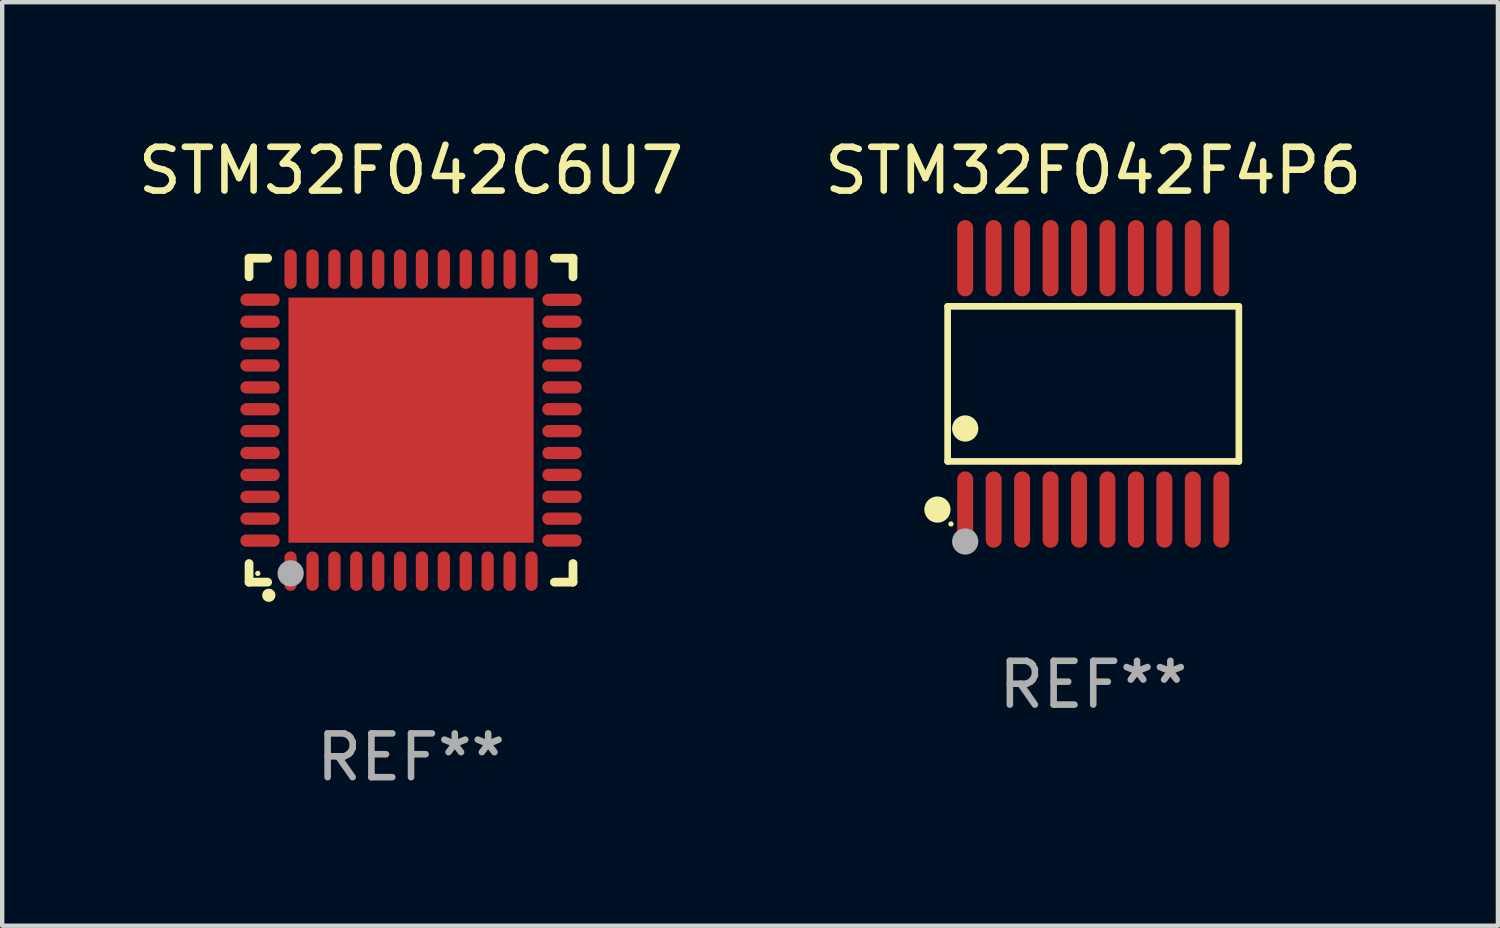
<source format=kicad_pcb>
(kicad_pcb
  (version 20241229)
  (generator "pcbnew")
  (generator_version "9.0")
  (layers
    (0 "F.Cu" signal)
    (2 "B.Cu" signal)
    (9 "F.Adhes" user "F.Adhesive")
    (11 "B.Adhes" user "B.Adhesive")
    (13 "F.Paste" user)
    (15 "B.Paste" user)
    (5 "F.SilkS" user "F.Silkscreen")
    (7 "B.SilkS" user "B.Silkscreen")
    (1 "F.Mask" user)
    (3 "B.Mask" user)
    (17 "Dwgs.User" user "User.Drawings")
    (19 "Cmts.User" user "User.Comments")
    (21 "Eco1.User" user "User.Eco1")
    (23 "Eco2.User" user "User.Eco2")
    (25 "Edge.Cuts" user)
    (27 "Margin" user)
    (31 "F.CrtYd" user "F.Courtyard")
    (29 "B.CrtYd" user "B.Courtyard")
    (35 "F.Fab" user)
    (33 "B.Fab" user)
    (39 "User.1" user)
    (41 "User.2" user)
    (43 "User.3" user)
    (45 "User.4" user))
  (footprint "STM32F042C6U7"
    (layer "F.Cu")
    (at 6.339 6.548)
    (property "Reference" "STM32F042C6U7" (at 0 -5.7 0) (layer "F.SilkS") (effects (font (size 1 1) (thickness 0.15))))
    (attr through_hole)
    (fp_line (start -3.7 -3.7) (end -3.275 -3.7) (stroke (width 0.2) (type solid)) (layer "F.SilkS"))
    (fp_line (start -3.7 -3.275) (end -3.7 -3.7) (stroke (width 0.2) (type solid)) (layer "F.SilkS"))
    (fp_line (start -3.7 3.7) (end -3.7 3.275) (stroke (width 0.2) (type solid)) (layer "F.SilkS"))
    (fp_line (start -3.275 3.7) (end -3.7 3.7) (stroke (width 0.2) (type solid)) (layer "F.SilkS"))
    (fp_line (start 3.7 -3.7) (end 3.275 -3.7) (stroke (width 0.2) (type solid)) (layer "F.SilkS"))
    (fp_line (start 3.7 -3.275) (end 3.7 -3.7) (stroke (width 0.2) (type solid)) (layer "F.SilkS"))
    (fp_line (start 3.7 3.275) (end 3.7 3.7) (stroke (width 0.2) (type solid)) (layer "F.SilkS"))
    (fp_line (start 3.7 3.7) (end 3.275 3.7) (stroke (width 0.2) (type solid)) (layer "F.SilkS"))
    (fp_arc (start -3.249936 3.999975) (mid -3.248666 3.99997) (end -3.247396 3.999975) (stroke (width 0.3) (type solid)) (layer "F.SilkS"))
    (fp_circle (center -3.5 3.5) (end -3.47 3.5) (stroke (width 0.06) (type solid)) (fill no) (layer "F.SilkS"))
    (fp_circle (center -2.75 3.5) (end -2.6 3.5) (stroke (width 0.3) (type solid)) (fill no) (layer "F.Fab"))
    (fp_text user "REF**" (at 0 7.7 0) (layer "F.Fab") (effects (font (size 1 1) (thickness 0.15))))
    (pad "1" smd oval (at -2.751 3.449) (size 0.28 0.9) (layers "F.Cu" "F.Mask" "F.Paste"))
    (pad "2" smd oval (at -2.25 3.449) (size 0.28 0.9) (layers "F.Cu" "F.Mask" "F.Paste"))
    (pad "3" smd oval (at -1.75 3.449) (size 0.28 0.9) (layers "F.Cu" "F.Mask" "F.Paste"))
    (pad "4" smd oval (at -1.25 3.449) (size 0.28 0.9) (layers "F.Cu" "F.Mask" "F.Paste"))
    (pad "5" smd oval (at -0.749 3.449) (size 0.28 0.9) (layers "F.Cu" "F.Mask" "F.Paste"))
    (pad "6" smd oval (at -0.249 3.449) (size 0.28 0.9) (layers "F.Cu" "F.Mask" "F.Paste"))
    (pad "7" smd oval (at 0.249 3.449) (size 0.28 0.9) (layers "F.Cu" "F.Mask" "F.Paste"))
    (pad "8" smd oval (at 0.749 3.449) (size 0.28 0.9) (layers "F.Cu" "F.Mask" "F.Paste"))
    (pad "9" smd oval (at 1.25 3.449) (size 0.28 0.9) (layers "F.Cu" "F.Mask" "F.Paste"))
    (pad "10" smd oval (at 1.75 3.449) (size 0.28 0.9) (layers "F.Cu" "F.Mask" "F.Paste"))
    (pad "11" smd oval (at 2.251 3.449) (size 0.28 0.9) (layers "F.Cu" "F.Mask" "F.Paste"))
    (pad "12" smd oval (at 2.751 3.449) (size 0.28 0.9) (layers "F.Cu" "F.Mask" "F.Paste"))
    (pad "13" smd oval (at 3.449 2.75) (size 0.9 0.28) (layers "F.Cu" "F.Mask" "F.Paste"))
    (pad "14" smd oval (at 3.449 2.25) (size 0.9 0.28) (layers "F.Cu" "F.Mask" "F.Paste"))
    (pad "15" smd oval (at 3.449 1.75) (size 0.9 0.28) (layers "F.Cu" "F.Mask" "F.Paste"))
    (pad "16" smd oval (at 3.449 1.25) (size 0.9 0.28) (layers "F.Cu" "F.Mask" "F.Paste"))
    (pad "17" smd oval (at 3.449 0.75) (size 0.9 0.28) (layers "F.Cu" "F.Mask" "F.Paste"))
    (pad "18" smd oval (at 3.449 0.25) (size 0.9 0.28) (layers "F.Cu" "F.Mask" "F.Paste"))
    (pad "19" smd oval (at 3.449 -0.25) (size 0.9 0.28) (layers "F.Cu" "F.Mask" "F.Paste"))
    (pad "20" smd oval (at 3.449 -0.75) (size 0.9 0.28) (layers "F.Cu" "F.Mask" "F.Paste"))
    (pad "21" smd oval (at 3.449 -1.25) (size 0.9 0.28) (layers "F.Cu" "F.Mask" "F.Paste"))
    (pad "22" smd oval (at 3.449 -1.75) (size 0.9 0.28) (layers "F.Cu" "F.Mask" "F.Paste"))
    (pad "23" smd oval (at 3.449 -2.25) (size 0.9 0.28) (layers "F.Cu" "F.Mask" "F.Paste"))
    (pad "24" smd oval (at 3.449 -2.75) (size 0.9 0.28) (layers "F.Cu" "F.Mask" "F.Paste"))
    (pad "25" smd oval (at 2.751 -3.449) (size 0.28 0.9) (layers "F.Cu" "F.Mask" "F.Paste"))
    (pad "26" smd oval (at 2.251 -3.449) (size 0.28 0.9) (layers "F.Cu" "F.Mask" "F.Paste"))
    (pad "27" smd oval (at 1.75 -3.449) (size 0.28 0.9) (layers "F.Cu" "F.Mask" "F.Paste"))
    (pad "28" smd oval (at 1.25 -3.449) (size 0.28 0.9) (layers "F.Cu" "F.Mask" "F.Paste"))
    (pad "29" smd oval (at 0.749 -3.449) (size 0.28 0.9) (layers "F.Cu" "F.Mask" "F.Paste"))
    (pad "30" smd oval (at 0.249 -3.449) (size 0.28 0.9) (layers "F.Cu" "F.Mask" "F.Paste"))
    (pad "31" smd oval (at -0.249 -3.449) (size 0.28 0.9) (layers "F.Cu" "F.Mask" "F.Paste"))
    (pad "32" smd oval (at -0.749 -3.449) (size 0.28 0.9) (layers "F.Cu" "F.Mask" "F.Paste"))
    (pad "33" smd oval (at -1.25 -3.449) (size 0.28 0.9) (layers "F.Cu" "F.Mask" "F.Paste"))
    (pad "34" smd oval (at -1.75 -3.449) (size 0.28 0.9) (layers "F.Cu" "F.Mask" "F.Paste"))
    (pad "35" smd oval (at -2.25 -3.449) (size 0.28 0.9) (layers "F.Cu" "F.Mask" "F.Paste"))
    (pad "36" smd oval (at -2.751 -3.449) (size 0.28 0.9) (layers "F.Cu" "F.Mask" "F.Paste"))
    (pad "37" smd oval (at -3.449 -2.751) (size 0.9 0.28) (layers "F.Cu" "F.Mask" "F.Paste"))
    (pad "38" smd oval (at -3.449 -2.25) (size 0.9 0.28) (layers "F.Cu" "F.Mask" "F.Paste"))
    (pad "39" smd oval (at -3.449 -1.75) (size 0.9 0.28) (layers "F.Cu" "F.Mask" "F.Paste"))
    (pad "40" smd oval (at -3.449 -1.25) (size 0.9 0.28) (layers "F.Cu" "F.Mask" "F.Paste"))
    (pad "41" smd oval (at -3.449 -0.749) (size 0.9 0.28) (layers "F.Cu" "F.Mask" "F.Paste"))
    (pad "42" smd oval (at -3.449 -0.249) (size 0.9 0.28) (layers "F.Cu" "F.Mask" "F.Paste"))
    (pad "43" smd oval (at -3.449 0.249) (size 0.9 0.28) (layers "F.Cu" "F.Mask" "F.Paste"))
    (pad "44" smd oval (at -3.449 0.749) (size 0.9 0.28) (layers "F.Cu" "F.Mask" "F.Paste"))
    (pad "45" smd oval (at -3.449 1.25) (size 0.9 0.28) (layers "F.Cu" "F.Mask" "F.Paste"))
    (pad "46" smd oval (at -3.449 1.75) (size 0.9 0.28) (layers "F.Cu" "F.Mask" "F.Paste"))
    (pad "47" smd oval (at -3.449 2.25) (size 0.9 0.28) (layers "F.Cu" "F.Mask" "F.Paste"))
    (pad "48" smd oval (at -3.449 2.751) (size 0.9 0.28) (layers "F.Cu" "F.Mask" "F.Paste"))
    (pad "49" smd rect (at 0.000076 -0.000025) (size 5.6 5.6) (layers "F.Cu" "F.Mask" "F.Paste")))
  (footprint "STM32F042F4P6"
    (layer "F.Cu")
    (at 21.923 5.719)
    (property "Reference" "STM32F042F4P6" (at 0 -4.871 0) (layer "F.SilkS") (effects (font (size 1 1) (thickness 0.15))))
    (attr through_hole)
    (fp_line (start -3.326 -1.771) (end 3.326 -1.771) (stroke (width 0.152) (type solid)) (layer "F.SilkS"))
    (fp_line (start -3.326 1.771) (end -3.326 -1.771) (stroke (width 0.152) (type solid)) (layer "F.SilkS"))
    (fp_line (start 3.326 -1.771) (end 3.326 1.771) (stroke (width 0.152) (type solid)) (layer "F.SilkS"))
    (fp_line (start 3.326 1.771) (end -3.326 1.771) (stroke (width 0.152) (type solid)) (layer "F.SilkS"))
    (fp_circle (center -3.559 2.871) (end -3.409 2.871) (stroke (width 0.3) (type solid)) (fill no) (layer "F.SilkS"))
    (fp_circle (center -3.25 3.2) (end -3.22 3.2) (stroke (width 0.06) (type solid)) (fill no) (layer "F.SilkS"))
    (fp_circle (center -2.925 1.019) (end -2.775 1.019) (stroke (width 0.3) (type solid)) (fill no) (layer "F.SilkS"))
    (fp_circle (center -2.925 3.6) (end -2.775 3.6) (stroke (width 0.3) (type solid)) (fill no) (layer "F.Fab"))
    (fp_text user "REF**" (at 0 6.871 0) (layer "F.Fab") (effects (font (size 1 1) (thickness 0.15))))
    (pad "1" smd oval (at -2.925 2.871) (size 0.364 1.742) (layers "F.Cu" "F.Mask" "F.Paste"))
    (pad "2" smd oval (at -2.275 2.871) (size 0.364 1.742) (layers "F.Cu" "F.Mask" "F.Paste"))
    (pad "3" smd oval (at -1.625 2.871) (size 0.364 1.742) (layers "F.Cu" "F.Mask" "F.Paste"))
    (pad "4" smd oval (at -0.975 2.871) (size 0.364 1.742) (layers "F.Cu" "F.Mask" "F.Paste"))
    (pad "5" smd oval (at -0.325 2.871) (size 0.364 1.742) (layers "F.Cu" "F.Mask" "F.Paste"))
    (pad "6" smd oval (at 0.325 2.871) (size 0.364 1.742) (layers "F.Cu" "F.Mask" "F.Paste"))
    (pad "7" smd oval (at 0.975 2.871) (size 0.364 1.742) (layers "F.Cu" "F.Mask" "F.Paste"))
    (pad "8" smd oval (at 1.625 2.871) (size 0.364 1.742) (layers "F.Cu" "F.Mask" "F.Paste"))
    (pad "9" smd oval (at 2.275 2.871) (size 0.364 1.742) (layers "F.Cu" "F.Mask" "F.Paste"))
    (pad "10" smd oval (at 2.925 2.871) (size 0.364 1.742) (layers "F.Cu" "F.Mask" "F.Paste"))
    (pad "11" smd oval (at 2.925 -2.871) (size 0.364 1.742) (layers "F.Cu" "F.Mask" "F.Paste"))
    (pad "12" smd oval (at 2.275 -2.871) (size 0.364 1.742) (layers "F.Cu" "F.Mask" "F.Paste"))
    (pad "13" smd oval (at 1.625 -2.871) (size 0.364 1.742) (layers "F.Cu" "F.Mask" "F.Paste"))
    (pad "14" smd oval (at 0.975 -2.871) (size 0.364 1.742) (layers "F.Cu" "F.Mask" "F.Paste"))
    (pad "15" smd oval (at 0.325 -2.871) (size 0.364 1.742) (layers "F.Cu" "F.Mask" "F.Paste"))
    (pad "16" smd oval (at -0.325 -2.871) (size 0.364 1.742) (layers "F.Cu" "F.Mask" "F.Paste"))
    (pad "17" smd oval (at -0.975 -2.871) (size 0.364 1.742) (layers "F.Cu" "F.Mask" "F.Paste"))
    (pad "18" smd oval (at -1.625 -2.871) (size 0.364 1.742) (layers "F.Cu" "F.Mask" "F.Paste"))
    (pad "19" smd oval (at -2.275 -2.871) (size 0.364 1.742) (layers "F.Cu" "F.Mask" "F.Paste"))
    (pad "20" smd oval (at -2.925 -2.871) (size 0.364 1.742) (layers "F.Cu" "F.Mask" "F.Paste")))
  (gr_rect
    (start -3 -3)
    (end 31.167 18.097)
    (stroke (width 0.1) (type default))
    (fill no)
    (layer "Edge.Cuts")))
</source>
